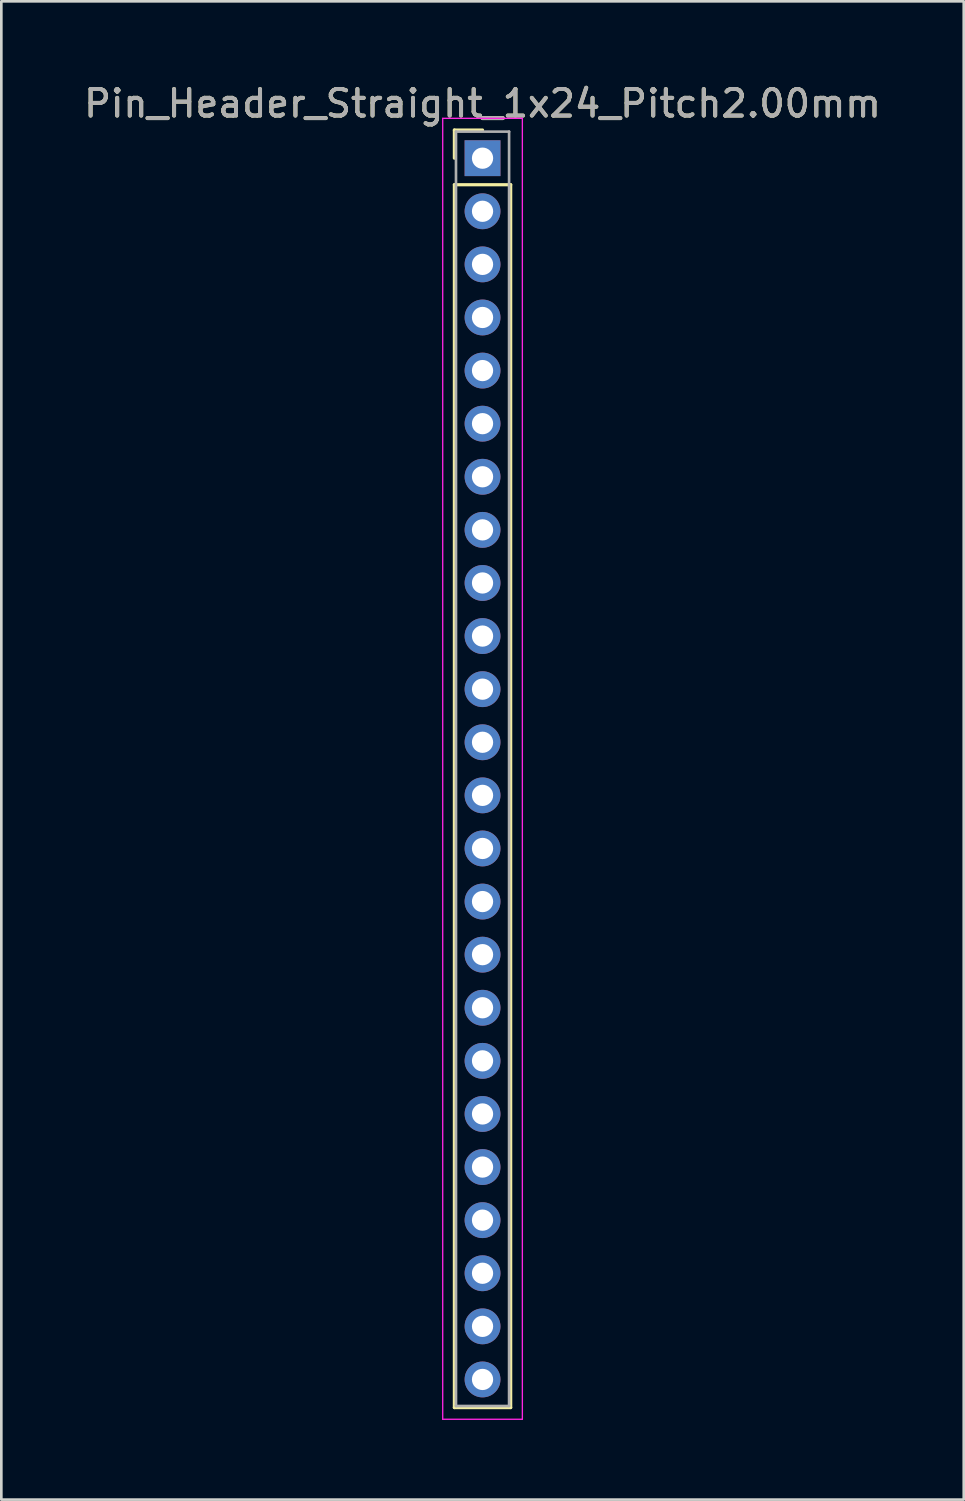
<source format=kicad_pcb>
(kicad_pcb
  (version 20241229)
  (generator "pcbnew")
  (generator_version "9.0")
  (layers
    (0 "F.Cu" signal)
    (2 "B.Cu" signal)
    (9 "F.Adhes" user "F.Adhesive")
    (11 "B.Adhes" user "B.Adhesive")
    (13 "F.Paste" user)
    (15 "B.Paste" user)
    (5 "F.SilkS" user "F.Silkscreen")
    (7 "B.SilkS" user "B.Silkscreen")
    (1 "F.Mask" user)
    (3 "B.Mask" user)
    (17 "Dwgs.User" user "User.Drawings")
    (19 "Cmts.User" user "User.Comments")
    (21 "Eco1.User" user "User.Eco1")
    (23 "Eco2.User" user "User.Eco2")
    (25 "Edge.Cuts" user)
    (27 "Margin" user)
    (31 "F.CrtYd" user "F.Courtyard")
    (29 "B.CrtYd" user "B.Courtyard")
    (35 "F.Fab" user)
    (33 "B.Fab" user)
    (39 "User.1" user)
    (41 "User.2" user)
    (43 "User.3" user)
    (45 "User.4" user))
  (footprint "Pin_Header_Straight_1x24_Pitch2.00mm"
    (layer "F.Cu")
    (at 15.125 2.908)
    (property "Reference" "Pin_Header_Straight_1x24_Pitch2.00mm" (at 0 -2.06 0) (layer "F.SilkS") (effects (font (size 1 1) (thickness 0.15))))
    (attr through_hole)
    (fp_line (start -1.06 -1.06) (end 0 -1.06) (stroke (width 0.12) (type solid)) (layer "F.SilkS"))
    (fp_line (start -1.06 0) (end -1.06 -1.06) (stroke (width 0.12) (type solid)) (layer "F.SilkS"))
    (fp_line (start -1.06 1) (end -1.06 47.06) (stroke (width 0.12) (type solid)) (layer "F.SilkS"))
    (fp_line (start -1.06 47.06) (end 1.06 47.06) (stroke (width 0.12) (type solid)) (layer "F.SilkS"))
    (fp_line (start 1.06 1) (end -1.06 1) (stroke (width 0.12) (type solid)) (layer "F.SilkS"))
    (fp_line (start 1.06 47.06) (end 1.06 1) (stroke (width 0.12) (type solid)) (layer "F.SilkS"))
    (fp_line (start -1.5 -1.5) (end -1.5 47.5) (stroke (width 0.05) (type solid)) (layer "F.CrtYd"))
    (fp_line (start -1.5 47.5) (end 1.5 47.5) (stroke (width 0.05) (type solid)) (layer "F.CrtYd"))
    (fp_line (start 1.5 -1.5) (end -1.5 -1.5) (stroke (width 0.05) (type solid)) (layer "F.CrtYd"))
    (fp_line (start 1.5 47.5) (end 1.5 -1.5) (stroke (width 0.05) (type solid)) (layer "F.CrtYd"))
    (fp_line (start -1 -1) (end -1 47) (stroke (width 0.1) (type solid)) (layer "F.Fab"))
    (fp_line (start -1 47) (end 1 47) (stroke (width 0.1) (type solid)) (layer "F.Fab"))
    (fp_line (start 1 -1) (end -1 -1) (stroke (width 0.1) (type solid)) (layer "F.Fab"))
    (fp_line (start 1 47) (end 1 -1) (stroke (width 0.1) (type solid)) (layer "F.Fab"))
    (fp_text user "${REFERENCE}" (at 0 -2.06 0) (layer "F.Fab") (effects (font (size 1 1) (thickness 0.15))))
    (pad "1" thru_hole rect (at 0 0) (size 1.35 1.35) (drill 0.8) (layers "*.Cu" "*.Mask"))
    (pad "2" thru_hole oval (at 0 2) (size 1.35 1.35) (drill 0.8) (layers "*.Cu" "*.Mask"))
    (pad "3" thru_hole oval (at 0 4) (size 1.35 1.35) (drill 0.8) (layers "*.Cu" "*.Mask"))
    (pad "4" thru_hole oval (at 0 6) (size 1.35 1.35) (drill 0.8) (layers "*.Cu" "*.Mask"))
    (pad "5" thru_hole oval (at 0 8) (size 1.35 1.35) (drill 0.8) (layers "*.Cu" "*.Mask"))
    (pad "6" thru_hole oval (at 0 10) (size 1.35 1.35) (drill 0.8) (layers "*.Cu" "*.Mask"))
    (pad "7" thru_hole oval (at 0 12) (size 1.35 1.35) (drill 0.8) (layers "*.Cu" "*.Mask"))
    (pad "8" thru_hole oval (at 0 14) (size 1.35 1.35) (drill 0.8) (layers "*.Cu" "*.Mask"))
    (pad "9" thru_hole oval (at 0 16) (size 1.35 1.35) (drill 0.8) (layers "*.Cu" "*.Mask"))
    (pad "10" thru_hole oval (at 0 18) (size 1.35 1.35) (drill 0.8) (layers "*.Cu" "*.Mask"))
    (pad "11" thru_hole oval (at 0 20) (size 1.35 1.35) (drill 0.8) (layers "*.Cu" "*.Mask"))
    (pad "12" thru_hole oval (at 0 22) (size 1.35 1.35) (drill 0.8) (layers "*.Cu" "*.Mask"))
    (pad "13" thru_hole oval (at 0 24) (size 1.35 1.35) (drill 0.8) (layers "*.Cu" "*.Mask"))
    (pad "14" thru_hole oval (at 0 26) (size 1.35 1.35) (drill 0.8) (layers "*.Cu" "*.Mask"))
    (pad "15" thru_hole oval (at 0 28) (size 1.35 1.35) (drill 0.8) (layers "*.Cu" "*.Mask"))
    (pad "16" thru_hole oval (at 0 30) (size 1.35 1.35) (drill 0.8) (layers "*.Cu" "*.Mask"))
    (pad "17" thru_hole oval (at 0 32) (size 1.35 1.35) (drill 0.8) (layers "*.Cu" "*.Mask"))
    (pad "18" thru_hole oval (at 0 34) (size 1.35 1.35) (drill 0.8) (layers "*.Cu" "*.Mask"))
    (pad "19" thru_hole oval (at 0 36) (size 1.35 1.35) (drill 0.8) (layers "*.Cu" "*.Mask"))
    (pad "20" thru_hole oval (at 0 38) (size 1.35 1.35) (drill 0.8) (layers "*.Cu" "*.Mask"))
    (pad "21" thru_hole oval (at 0 40) (size 1.35 1.35) (drill 0.8) (layers "*.Cu" "*.Mask"))
    (pad "22" thru_hole oval (at 0 42) (size 1.35 1.35) (drill 0.8) (layers "*.Cu" "*.Mask"))
    (pad "23" thru_hole oval (at 0 44) (size 1.35 1.35) (drill 0.8) (layers "*.Cu" "*.Mask"))
    (pad "24" thru_hole oval (at 0 46) (size 1.35 1.35) (drill 0.8) (layers "*.Cu" "*.Mask")))
  (gr_rect
    (start -3 -3)
    (end 33.25 53.433)
    (stroke (width 0.1) (type default))
    (fill no)
    (layer "Edge.Cuts")))
</source>
